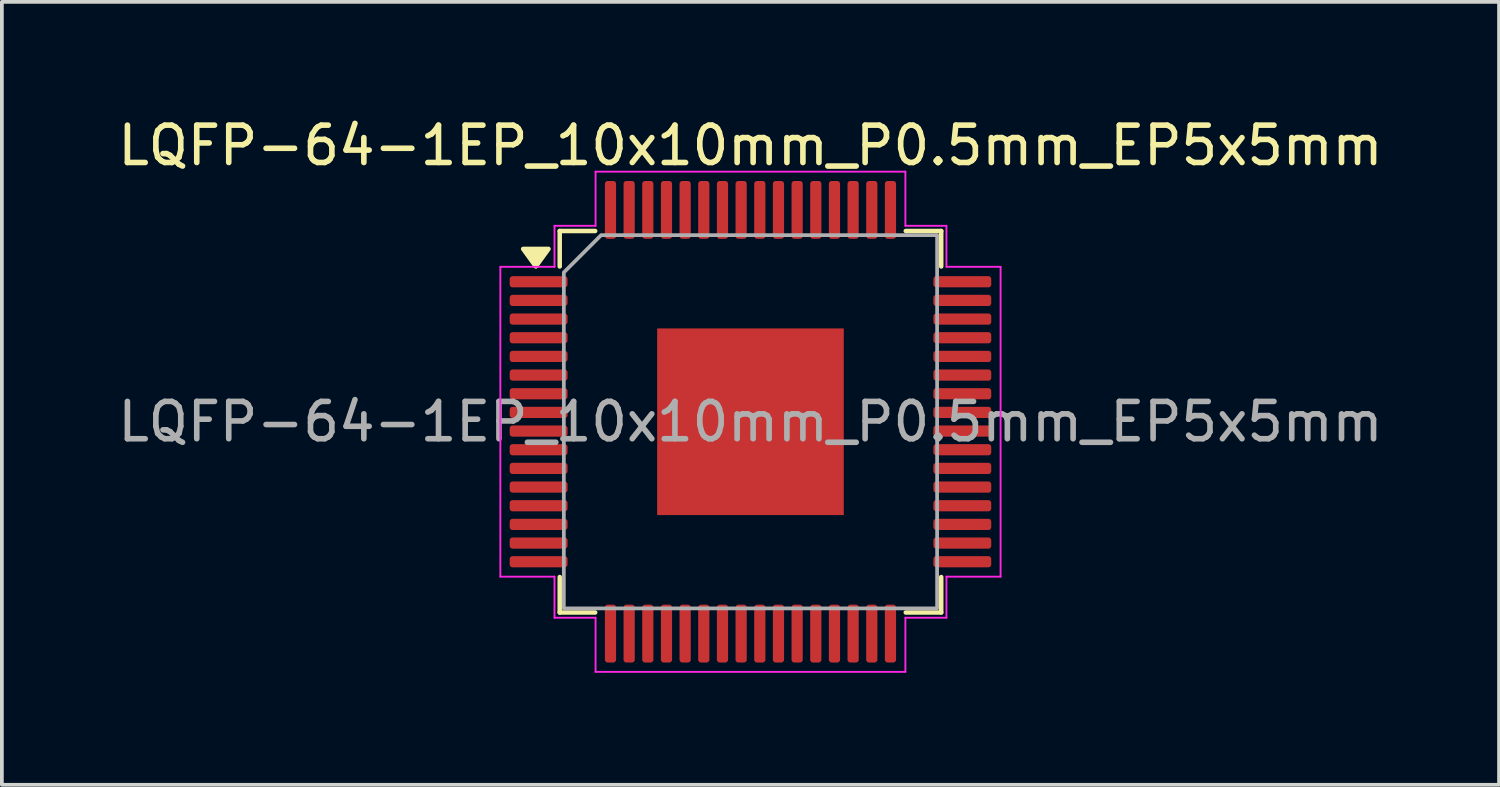
<source format=kicad_pcb>
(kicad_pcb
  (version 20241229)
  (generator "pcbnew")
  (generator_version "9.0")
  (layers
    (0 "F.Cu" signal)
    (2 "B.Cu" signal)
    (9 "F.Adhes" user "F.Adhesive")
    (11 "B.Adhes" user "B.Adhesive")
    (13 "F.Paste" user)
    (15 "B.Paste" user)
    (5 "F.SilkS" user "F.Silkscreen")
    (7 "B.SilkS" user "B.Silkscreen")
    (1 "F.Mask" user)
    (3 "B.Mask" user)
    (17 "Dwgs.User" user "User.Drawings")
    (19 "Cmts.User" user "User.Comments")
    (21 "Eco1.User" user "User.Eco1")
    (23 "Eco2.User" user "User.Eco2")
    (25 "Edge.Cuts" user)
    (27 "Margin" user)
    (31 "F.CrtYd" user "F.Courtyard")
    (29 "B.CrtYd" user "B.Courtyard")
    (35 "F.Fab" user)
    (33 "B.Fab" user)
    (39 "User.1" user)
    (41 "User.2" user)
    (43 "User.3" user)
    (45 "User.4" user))
  (footprint "LQFP-64-1EP_10x10mm_P0.5mm_EP5x5mm"
    (layer "F.Cu")
    (at 17.054 8.248)
    (property "Reference" "LQFP-64-1EP_10x10mm_P0.5mm_EP5x5mm" (at 0 -7.4 0) (layer "F.SilkS") (effects (font (size 1 1) (thickness 0.15))))
    (attr smd)
    (fp_line (start -5.11 -5.11) (end -4.16 -5.11) (stroke (width 0.12) (type solid)) (layer "F.SilkS"))
    (fp_line (start -5.11 -4.16) (end -5.11 -5.11) (stroke (width 0.12) (type solid)) (layer "F.SilkS"))
    (fp_line (start -5.11 5.11) (end -5.11 4.16) (stroke (width 0.12) (type solid)) (layer "F.SilkS"))
    (fp_line (start -4.16 5.11) (end -5.11 5.11) (stroke (width 0.12) (type solid)) (layer "F.SilkS"))
    (fp_line (start 4.16 -5.11) (end 5.11 -5.11) (stroke (width 0.12) (type solid)) (layer "F.SilkS"))
    (fp_line (start 5.11 -5.11) (end 5.11 -4.16) (stroke (width 0.12) (type solid)) (layer "F.SilkS"))
    (fp_line (start 5.11 4.16) (end 5.11 5.11) (stroke (width 0.12) (type solid)) (layer "F.SilkS"))
    (fp_line (start 5.11 5.11) (end 4.16 5.11) (stroke (width 0.12) (type solid)) (layer "F.SilkS"))
    (fp_poly (pts (xy -5.75 -4.16) (xy -6.09 -4.63) (xy -5.41 -4.63)) (stroke (width 0.12) (type solid)) (fill yes) (layer "F.SilkS"))
    (fp_line (start -6.7 -4.15) (end -5.25 -4.15) (stroke (width 0.05) (type solid)) (layer "F.CrtYd"))
    (fp_line (start -6.7 4.15) (end -6.7 -4.15) (stroke (width 0.05) (type solid)) (layer "F.CrtYd"))
    (fp_line (start -5.25 -5.25) (end -4.15 -5.25) (stroke (width 0.05) (type solid)) (layer "F.CrtYd"))
    (fp_line (start -5.25 -4.15) (end -5.25 -5.25) (stroke (width 0.05) (type solid)) (layer "F.CrtYd"))
    (fp_line (start -5.25 4.15) (end -6.7 4.15) (stroke (width 0.05) (type solid)) (layer "F.CrtYd"))
    (fp_line (start -5.25 5.25) (end -5.25 4.15) (stroke (width 0.05) (type solid)) (layer "F.CrtYd"))
    (fp_line (start -4.15 -6.7) (end 4.15 -6.7) (stroke (width 0.05) (type solid)) (layer "F.CrtYd"))
    (fp_line (start -4.15 -5.25) (end -4.15 -6.7) (stroke (width 0.05) (type solid)) (layer "F.CrtYd"))
    (fp_line (start -4.15 5.25) (end -5.25 5.25) (stroke (width 0.05) (type solid)) (layer "F.CrtYd"))
    (fp_line (start -4.15 6.7) (end -4.15 5.25) (stroke (width 0.05) (type solid)) (layer "F.CrtYd"))
    (fp_line (start 4.15 -6.7) (end 4.15 -5.25) (stroke (width 0.05) (type solid)) (layer "F.CrtYd"))
    (fp_line (start 4.15 -5.25) (end 5.25 -5.25) (stroke (width 0.05) (type solid)) (layer "F.CrtYd"))
    (fp_line (start 4.15 5.25) (end 4.15 6.7) (stroke (width 0.05) (type solid)) (layer "F.CrtYd"))
    (fp_line (start 4.15 6.7) (end -4.15 6.7) (stroke (width 0.05) (type solid)) (layer "F.CrtYd"))
    (fp_line (start 5.25 -5.25) (end 5.25 -4.15) (stroke (width 0.05) (type solid)) (layer "F.CrtYd"))
    (fp_line (start 5.25 -4.15) (end 6.7 -4.15) (stroke (width 0.05) (type solid)) (layer "F.CrtYd"))
    (fp_line (start 5.25 4.15) (end 5.25 5.25) (stroke (width 0.05) (type solid)) (layer "F.CrtYd"))
    (fp_line (start 5.25 5.25) (end 4.15 5.25) (stroke (width 0.05) (type solid)) (layer "F.CrtYd"))
    (fp_line (start 6.7 -4.15) (end 6.7 4.15) (stroke (width 0.05) (type solid)) (layer "F.CrtYd"))
    (fp_line (start 6.7 4.15) (end 5.25 4.15) (stroke (width 0.05) (type solid)) (layer "F.CrtYd"))
    (fp_poly (pts (xy -5 -4) (xy -5 5) (xy 5 5) (xy 5 -5) (xy -4 -5)) (stroke (width 0.1) (type solid)) (fill no) (layer "F.Fab"))
    (fp_text user "${REFERENCE}" (at 0 0 0) (layer "F.Fab") (effects (font (size 1 1) (thickness 0.15))))
    (pad "" smd roundrect (at -2 -2) (size 0.81 0.81) (layers "F.Paste") (roundrect_rratio 0.25))
    (pad "" smd roundrect (at -2 -1) (size 0.81 0.81) (layers "F.Paste") (roundrect_rratio 0.25))
    (pad "" smd roundrect (at -2 0) (size 0.81 0.81) (layers "F.Paste") (roundrect_rratio 0.25))
    (pad "" smd roundrect (at -2 1) (size 0.81 0.81) (layers "F.Paste") (roundrect_rratio 0.25))
    (pad "" smd roundrect (at -2 2) (size 0.81 0.81) (layers "F.Paste") (roundrect_rratio 0.25))
    (pad "" smd roundrect (at -1 -2) (size 0.81 0.81) (layers "F.Paste") (roundrect_rratio 0.25))
    (pad "" smd roundrect (at -1 -1) (size 0.81 0.81) (layers "F.Paste") (roundrect_rratio 0.25))
    (pad "" smd roundrect (at -1 0) (size 0.81 0.81) (layers "F.Paste") (roundrect_rratio 0.25))
    (pad "" smd roundrect (at -1 1) (size 0.81 0.81) (layers "F.Paste") (roundrect_rratio 0.25))
    (pad "" smd roundrect (at -1 2) (size 0.81 0.81) (layers "F.Paste") (roundrect_rratio 0.25))
    (pad "" smd roundrect (at 0 -2) (size 0.81 0.81) (layers "F.Paste") (roundrect_rratio 0.25))
    (pad "" smd roundrect (at 0 -1) (size 0.81 0.81) (layers "F.Paste") (roundrect_rratio 0.25))
    (pad "" smd roundrect (at 0 0) (size 0.81 0.81) (layers "F.Paste") (roundrect_rratio 0.25))
    (pad "" smd roundrect (at 0 1) (size 0.81 0.81) (layers "F.Paste") (roundrect_rratio 0.25))
    (pad "" smd roundrect (at 0 2) (size 0.81 0.81) (layers "F.Paste") (roundrect_rratio 0.25))
    (pad "" smd roundrect (at 1 -2) (size 0.81 0.81) (layers "F.Paste") (roundrect_rratio 0.25))
    (pad "" smd roundrect (at 1 -1) (size 0.81 0.81) (layers "F.Paste") (roundrect_rratio 0.25))
    (pad "" smd roundrect (at 1 0) (size 0.81 0.81) (layers "F.Paste") (roundrect_rratio 0.25))
    (pad "" smd roundrect (at 1 1) (size 0.81 0.81) (layers "F.Paste") (roundrect_rratio 0.25))
    (pad "" smd roundrect (at 1 2) (size 0.81 0.81) (layers "F.Paste") (roundrect_rratio 0.25))
    (pad "" smd roundrect (at 2 -2) (size 0.81 0.81) (layers "F.Paste") (roundrect_rratio 0.25))
    (pad "" smd roundrect (at 2 -1) (size 0.81 0.81) (layers "F.Paste") (roundrect_rratio 0.25))
    (pad "" smd roundrect (at 2 0) (size 0.81 0.81) (layers "F.Paste") (roundrect_rratio 0.25))
    (pad "" smd roundrect (at 2 1) (size 0.81 0.81) (layers "F.Paste") (roundrect_rratio 0.25))
    (pad "" smd roundrect (at 2 2) (size 0.81 0.81) (layers "F.Paste") (roundrect_rratio 0.25))
    (pad "1" smd roundrect (at -5.675 -3.75) (size 1.55 0.3) (layers "F.Cu" "F.Mask" "F.Paste") (roundrect_rratio 0.25))
    (pad "2" smd roundrect (at -5.675 -3.25) (size 1.55 0.3) (layers "F.Cu" "F.Mask" "F.Paste") (roundrect_rratio 0.25))
    (pad "3" smd roundrect (at -5.675 -2.75) (size 1.55 0.3) (layers "F.Cu" "F.Mask" "F.Paste") (roundrect_rratio 0.25))
    (pad "4" smd roundrect (at -5.675 -2.25) (size 1.55 0.3) (layers "F.Cu" "F.Mask" "F.Paste") (roundrect_rratio 0.25))
    (pad "5" smd roundrect (at -5.675 -1.75) (size 1.55 0.3) (layers "F.Cu" "F.Mask" "F.Paste") (roundrect_rratio 0.25))
    (pad "6" smd roundrect (at -5.675 -1.25) (size 1.55 0.3) (layers "F.Cu" "F.Mask" "F.Paste") (roundrect_rratio 0.25))
    (pad "7" smd roundrect (at -5.675 -0.75) (size 1.55 0.3) (layers "F.Cu" "F.Mask" "F.Paste") (roundrect_rratio 0.25))
    (pad "8" smd roundrect (at -5.675 -0.25) (size 1.55 0.3) (layers "F.Cu" "F.Mask" "F.Paste") (roundrect_rratio 0.25))
    (pad "9" smd roundrect (at -5.675 0.25) (size 1.55 0.3) (layers "F.Cu" "F.Mask" "F.Paste") (roundrect_rratio 0.25))
    (pad "10" smd roundrect (at -5.675 0.75) (size 1.55 0.3) (layers "F.Cu" "F.Mask" "F.Paste") (roundrect_rratio 0.25))
    (pad "11" smd roundrect (at -5.675 1.25) (size 1.55 0.3) (layers "F.Cu" "F.Mask" "F.Paste") (roundrect_rratio 0.25))
    (pad "12" smd roundrect (at -5.675 1.75) (size 1.55 0.3) (layers "F.Cu" "F.Mask" "F.Paste") (roundrect_rratio 0.25))
    (pad "13" smd roundrect (at -5.675 2.25) (size 1.55 0.3) (layers "F.Cu" "F.Mask" "F.Paste") (roundrect_rratio 0.25))
    (pad "14" smd roundrect (at -5.675 2.75) (size 1.55 0.3) (layers "F.Cu" "F.Mask" "F.Paste") (roundrect_rratio 0.25))
    (pad "15" smd roundrect (at -5.675 3.25) (size 1.55 0.3) (layers "F.Cu" "F.Mask" "F.Paste") (roundrect_rratio 0.25))
    (pad "16" smd roundrect (at -5.675 3.75) (size 1.55 0.3) (layers "F.Cu" "F.Mask" "F.Paste") (roundrect_rratio 0.25))
    (pad "17" smd roundrect (at -3.75 5.675) (size 0.3 1.55) (layers "F.Cu" "F.Mask" "F.Paste") (roundrect_rratio 0.25))
    (pad "18" smd roundrect (at -3.25 5.675) (size 0.3 1.55) (layers "F.Cu" "F.Mask" "F.Paste") (roundrect_rratio 0.25))
    (pad "19" smd roundrect (at -2.75 5.675) (size 0.3 1.55) (layers "F.Cu" "F.Mask" "F.Paste") (roundrect_rratio 0.25))
    (pad "20" smd roundrect (at -2.25 5.675) (size 0.3 1.55) (layers "F.Cu" "F.Mask" "F.Paste") (roundrect_rratio 0.25))
    (pad "21" smd roundrect (at -1.75 5.675) (size 0.3 1.55) (layers "F.Cu" "F.Mask" "F.Paste") (roundrect_rratio 0.25))
    (pad "22" smd roundrect (at -1.25 5.675) (size 0.3 1.55) (layers "F.Cu" "F.Mask" "F.Paste") (roundrect_rratio 0.25))
    (pad "23" smd roundrect (at -0.75 5.675) (size 0.3 1.55) (layers "F.Cu" "F.Mask" "F.Paste") (roundrect_rratio 0.25))
    (pad "24" smd roundrect (at -0.25 5.675) (size 0.3 1.55) (layers "F.Cu" "F.Mask" "F.Paste") (roundrect_rratio 0.25))
    (pad "25" smd roundrect (at 0.25 5.675) (size 0.3 1.55) (layers "F.Cu" "F.Mask" "F.Paste") (roundrect_rratio 0.25))
    (pad "26" smd roundrect (at 0.75 5.675) (size 0.3 1.55) (layers "F.Cu" "F.Mask" "F.Paste") (roundrect_rratio 0.25))
    (pad "27" smd roundrect (at 1.25 5.675) (size 0.3 1.55) (layers "F.Cu" "F.Mask" "F.Paste") (roundrect_rratio 0.25))
    (pad "28" smd roundrect (at 1.75 5.675) (size 0.3 1.55) (layers "F.Cu" "F.Mask" "F.Paste") (roundrect_rratio 0.25))
    (pad "29" smd roundrect (at 2.25 5.675) (size 0.3 1.55) (layers "F.Cu" "F.Mask" "F.Paste") (roundrect_rratio 0.25))
    (pad "30" smd roundrect (at 2.75 5.675) (size 0.3 1.55) (layers "F.Cu" "F.Mask" "F.Paste") (roundrect_rratio 0.25))
    (pad "31" smd roundrect (at 3.25 5.675) (size 0.3 1.55) (layers "F.Cu" "F.Mask" "F.Paste") (roundrect_rratio 0.25))
    (pad "32" smd roundrect (at 3.75 5.675) (size 0.3 1.55) (layers "F.Cu" "F.Mask" "F.Paste") (roundrect_rratio 0.25))
    (pad "33" smd roundrect (at 5.675 3.75) (size 1.55 0.3) (layers "F.Cu" "F.Mask" "F.Paste") (roundrect_rratio 0.25))
    (pad "34" smd roundrect (at 5.675 3.25) (size 1.55 0.3) (layers "F.Cu" "F.Mask" "F.Paste") (roundrect_rratio 0.25))
    (pad "35" smd roundrect (at 5.675 2.75) (size 1.55 0.3) (layers "F.Cu" "F.Mask" "F.Paste") (roundrect_rratio 0.25))
    (pad "36" smd roundrect (at 5.675 2.25) (size 1.55 0.3) (layers "F.Cu" "F.Mask" "F.Paste") (roundrect_rratio 0.25))
    (pad "37" smd roundrect (at 5.675 1.75) (size 1.55 0.3) (layers "F.Cu" "F.Mask" "F.Paste") (roundrect_rratio 0.25))
    (pad "38" smd roundrect (at 5.675 1.25) (size 1.55 0.3) (layers "F.Cu" "F.Mask" "F.Paste") (roundrect_rratio 0.25))
    (pad "39" smd roundrect (at 5.675 0.75) (size 1.55 0.3) (layers "F.Cu" "F.Mask" "F.Paste") (roundrect_rratio 0.25))
    (pad "40" smd roundrect (at 5.675 0.25) (size 1.55 0.3) (layers "F.Cu" "F.Mask" "F.Paste") (roundrect_rratio 0.25))
    (pad "41" smd roundrect (at 5.675 -0.25) (size 1.55 0.3) (layers "F.Cu" "F.Mask" "F.Paste") (roundrect_rratio 0.25))
    (pad "42" smd roundrect (at 5.675 -0.75) (size 1.55 0.3) (layers "F.Cu" "F.Mask" "F.Paste") (roundrect_rratio 0.25))
    (pad "43" smd roundrect (at 5.675 -1.25) (size 1.55 0.3) (layers "F.Cu" "F.Mask" "F.Paste") (roundrect_rratio 0.25))
    (pad "44" smd roundrect (at 5.675 -1.75) (size 1.55 0.3) (layers "F.Cu" "F.Mask" "F.Paste") (roundrect_rratio 0.25))
    (pad "45" smd roundrect (at 5.675 -2.25) (size 1.55 0.3) (layers "F.Cu" "F.Mask" "F.Paste") (roundrect_rratio 0.25))
    (pad "46" smd roundrect (at 5.675 -2.75) (size 1.55 0.3) (layers "F.Cu" "F.Mask" "F.Paste") (roundrect_rratio 0.25))
    (pad "47" smd roundrect (at 5.675 -3.25) (size 1.55 0.3) (layers "F.Cu" "F.Mask" "F.Paste") (roundrect_rratio 0.25))
    (pad "48" smd roundrect (at 5.675 -3.75) (size 1.55 0.3) (layers "F.Cu" "F.Mask" "F.Paste") (roundrect_rratio 0.25))
    (pad "49" smd roundrect (at 3.75 -5.675) (size 0.3 1.55) (layers "F.Cu" "F.Mask" "F.Paste") (roundrect_rratio 0.25))
    (pad "50" smd roundrect (at 3.25 -5.675) (size 0.3 1.55) (layers "F.Cu" "F.Mask" "F.Paste") (roundrect_rratio 0.25))
    (pad "51" smd roundrect (at 2.75 -5.675) (size 0.3 1.55) (layers "F.Cu" "F.Mask" "F.Paste") (roundrect_rratio 0.25))
    (pad "52" smd roundrect (at 2.25 -5.675) (size 0.3 1.55) (layers "F.Cu" "F.Mask" "F.Paste") (roundrect_rratio 0.25))
    (pad "53" smd roundrect (at 1.75 -5.675) (size 0.3 1.55) (layers "F.Cu" "F.Mask" "F.Paste") (roundrect_rratio 0.25))
    (pad "54" smd roundrect (at 1.25 -5.675) (size 0.3 1.55) (layers "F.Cu" "F.Mask" "F.Paste") (roundrect_rratio 0.25))
    (pad "55" smd roundrect (at 0.75 -5.675) (size 0.3 1.55) (layers "F.Cu" "F.Mask" "F.Paste") (roundrect_rratio 0.25))
    (pad "56" smd roundrect (at 0.25 -5.675) (size 0.3 1.55) (layers "F.Cu" "F.Mask" "F.Paste") (roundrect_rratio 0.25))
    (pad "57" smd roundrect (at -0.25 -5.675) (size 0.3 1.55) (layers "F.Cu" "F.Mask" "F.Paste") (roundrect_rratio 0.25))
    (pad "58" smd roundrect (at -0.75 -5.675) (size 0.3 1.55) (layers "F.Cu" "F.Mask" "F.Paste") (roundrect_rratio 0.25))
    (pad "59" smd roundrect (at -1.25 -5.675) (size 0.3 1.55) (layers "F.Cu" "F.Mask" "F.Paste") (roundrect_rratio 0.25))
    (pad "60" smd roundrect (at -1.75 -5.675) (size 0.3 1.55) (layers "F.Cu" "F.Mask" "F.Paste") (roundrect_rratio 0.25))
    (pad "61" smd roundrect (at -2.25 -5.675) (size 0.3 1.55) (layers "F.Cu" "F.Mask" "F.Paste") (roundrect_rratio 0.25))
    (pad "62" smd roundrect (at -2.75 -5.675) (size 0.3 1.55) (layers "F.Cu" "F.Mask" "F.Paste") (roundrect_rratio 0.25))
    (pad "63" smd roundrect (at -3.25 -5.675) (size 0.3 1.55) (layers "F.Cu" "F.Mask" "F.Paste") (roundrect_rratio 0.25))
    (pad "64" smd roundrect (at -3.75 -5.675) (size 0.3 1.55) (layers "F.Cu" "F.Mask" "F.Paste") (roundrect_rratio 0.25))
    (pad "65" smd rect (at 0 0) (size 5 5) (property pad_prop_heatsink) (layers "F.Cu" "F.Mask")))
  (gr_rect
    (start -3 -3)
    (end 37.107 17.973)
    (stroke (width 0.1) (type default))
    (fill no)
    (layer "Edge.Cuts")))
</source>
